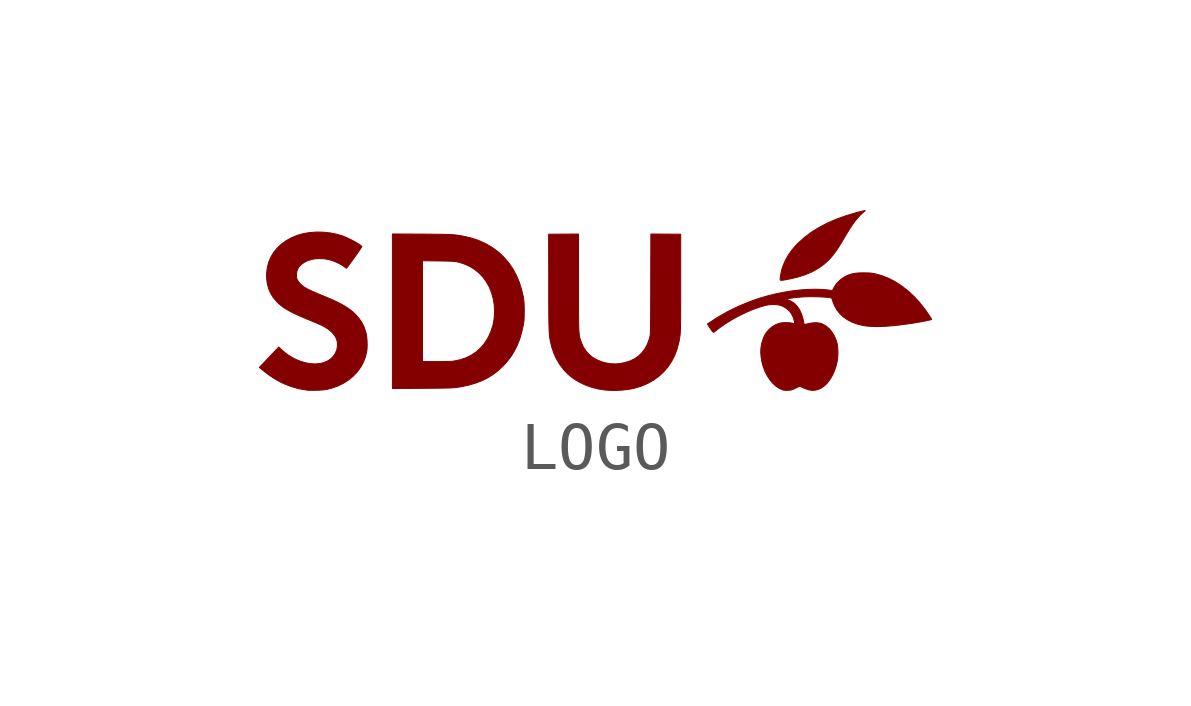
<source format=kicad_sym>
(kicad_symbol_lib
  (version 20220914)
  (generator bitmap2component)
  (symbol "LOGO"
    (pin_names
      (offset 1.016))
    (property "Reference" "#G"
      (at 0 1.719 0)
      (effects (font (size 1.27 1.27)) hide))
    (symbol "LOGO_0_0"
      (polyline (pts (xy -5.871 -1.876) (xy -5.821 -1.875) (xy -5.813 -1.875) (xy -5.742 -1.873) (xy -5.683 -1.869) (xy -5.635 -1.863) (xy -5.592 -1.856) (xy -5.492 -1.83) (xy -5.365 -1.784) (xy -5.249 -1.727) (xy -5.142 -1.658) (xy -5.047 -1.579) (xy -4.964 -1.491) (xy -4.893 -1.393) (xy -4.836 -1.288) (xy -4.794 -1.175) (xy -4.766 -1.056) (xy -4.764 -1.038) (xy -4.76 -0.982) (xy -4.759 -0.917) (xy -4.761 -0.848) (xy -4.766 -0.782) (xy -4.774 -0.722) (xy -4.784 -0.673) (xy -4.785 -0.67) (xy -4.823 -0.558) (xy -4.874 -0.457) (xy -4.939 -0.365) (xy -5.019 -0.278) (xy -5.062 -0.239) (xy -5.114 -0.197) (xy -5.171 -0.157) (xy -5.234 -0.117) (xy -5.305 -0.077) (xy -5.386 -0.036) (xy -5.478 0.007) (xy -5.583 0.052) (xy -5.702 0.102) (xy -5.749 0.121) (xy -5.81 0.147) (xy -5.869 0.172) (xy -5.922 0.196) (xy -5.966 0.216) (xy -5.997 0.231) (xy -6.007 0.236) (xy -6.076 0.278) (xy -6.134 0.324) (xy -6.18 0.372) (xy -6.211 0.419) (xy -6.217 0.432) (xy -6.226 0.454) (xy -6.23 0.476) (xy -6.231 0.502) (xy -6.23 0.54) (xy -6.229 0.559) (xy -6.224 0.598) (xy -6.216 0.628) (xy -6.204 0.656) (xy -6.184 0.69) (xy -6.138 0.74) (xy -6.079 0.784) (xy -6.008 0.821) (xy -5.928 0.848) (xy -5.912 0.852) (xy -5.844 0.863) (xy -5.768 0.867) (xy -5.689 0.866) (xy -5.612 0.858) (xy -5.543 0.844) (xy -5.524 0.839) (xy -5.463 0.818) (xy -5.4 0.792) (xy -5.339 0.763) (xy -5.285 0.733) (xy -5.243 0.704) (xy -5.221 0.687) (xy -5.202 0.673) (xy -5.191 0.667) (xy -5.189 0.669) (xy -5.178 0.682) (xy -5.16 0.706) (xy -5.135 0.739) (xy -5.106 0.778) (xy -5.074 0.823) (xy -5.04 0.87) (xy -5.005 0.918) (xy -4.972 0.965) (xy -4.941 1.009) (xy -4.914 1.048) (xy -4.893 1.08) (xy -4.878 1.103) (xy -4.871 1.115) (xy -4.872 1.121) (xy -4.885 1.135) (xy -4.911 1.155) (xy -4.946 1.178) (xy -4.989 1.203) (xy -5.037 1.23) (xy -5.089 1.258) (xy -5.142 1.284) (xy -5.194 1.308) (xy -5.243 1.329) (xy -5.287 1.345) (xy -5.399 1.377) (xy -5.538 1.404) (xy -5.679 1.419) (xy -5.82 1.421) (xy -5.958 1.411) (xy -6.089 1.389) (xy -6.212 1.354) (xy -6.335 1.303) (xy -6.447 1.241) (xy -6.547 1.169) (xy -6.633 1.087) (xy -6.707 0.997) (xy -6.766 0.899) (xy -6.811 0.792) (xy -6.84 0.679) (xy -6.855 0.559) (xy -6.855 0.465) (xy -6.841 0.35) (xy -6.812 0.242) (xy -6.768 0.141) (xy -6.708 0.047) (xy -6.634 -0.038) (xy -6.599 -0.072) (xy -6.552 -0.112) (xy -6.501 -0.15) (xy -6.444 -0.187) (xy -6.379 -0.224) (xy -6.304 -0.263) (xy -6.219 -0.303) (xy -6.121 -0.346) (xy -6.008 -0.394) (xy -5.99 -0.401) (xy -5.911 -0.434) (xy -5.845 -0.461) (xy -5.791 -0.484) (xy -5.746 -0.504) (xy -5.709 -0.521) (xy -5.678 -0.537) (xy -5.651 -0.552) (xy -5.625 -0.567) (xy -5.599 -0.583) (xy -5.562 -0.609) (xy -5.492 -0.668) (xy -5.439 -0.731) (xy -5.402 -0.797) (xy -5.381 -0.868) (xy -5.377 -0.942) (xy -5.389 -1.02) (xy -5.392 -1.031) (xy -5.423 -1.106) (xy -5.466 -1.171) (xy -5.523 -1.226) (xy -5.592 -1.27) (xy -5.673 -1.302) (xy -5.743 -1.318) (xy -5.839 -1.327) (xy -5.939 -1.321) (xy -6.043 -1.303) (xy -6.147 -1.272) (xy -6.251 -1.23) (xy -6.351 -1.176) (xy -6.446 -1.112) (xy -6.534 -1.038) (xy -6.6 -0.975) (xy -6.803 -1.187) (xy -7.005 -1.399) (xy -6.98 -1.42) (xy -6.898 -1.487) (xy -6.809 -1.554) (xy -6.725 -1.612) (xy -6.643 -1.662) (xy -6.562 -1.706) (xy -6.474 -1.747) (xy -6.341 -1.798) (xy -6.208 -1.837) (xy -6.079 -1.862) (xy -6.076 -1.862) (xy -6.043 -1.867) (xy -6.013 -1.872) (xy -5.994 -1.875) (xy -5.982 -1.876) (xy -5.955 -1.876) (xy -5.917 -1.876) (xy -5.871 -1.876)) (stroke (width 0.01) (type default)) (fill (type outline)))
      (polyline (pts (xy 0.539 -1.873) (xy 0.651 -1.862) (xy 0.754 -1.845) (xy 0.808 -1.833) (xy 0.952 -1.79) (xy 1.085 -1.734) (xy 1.209 -1.664) (xy 1.321 -1.583) (xy 1.422 -1.489) (xy 1.511 -1.384) (xy 1.588 -1.268) (xy 1.652 -1.142) (xy 1.702 -1.005) (xy 1.739 -0.859) (xy 1.74 -0.856) (xy 1.745 -0.829) (xy 1.749 -0.805) (xy 1.753 -0.781) (xy 1.757 -0.756) (xy 1.76 -0.73) (xy 1.763 -0.702) (xy 1.765 -0.669) (xy 1.767 -0.633) (xy 1.769 -0.59) (xy 1.77 -0.541) (xy 1.771 -0.485) (xy 1.772 -0.419) (xy 1.773 -0.344) (xy 1.773 -0.258) (xy 1.773 -0.161) (xy 1.774 -0.05) (xy 1.774 0.074) (xy 1.774 0.213) (xy 1.774 0.368) (xy 1.774 1.376) (xy 1.463 1.378) (xy 1.152 1.38) (xy 1.149 0.341) (xy 1.149 0.23) (xy 1.149 0.086) (xy 1.148 -0.042) (xy 1.148 -0.156) (xy 1.147 -0.257) (xy 1.147 -0.345) (xy 1.146 -0.421) (xy 1.145 -0.487) (xy 1.145 -0.542) (xy 1.144 -0.59) (xy 1.143 -0.629) (xy 1.142 -0.661) (xy 1.141 -0.688) (xy 1.139 -0.709) (xy 1.137 -0.726) (xy 1.136 -0.74) (xy 1.134 -0.752) (xy 1.131 -0.762) (xy 1.121 -0.802) (xy 1.082 -0.91) (xy 1.032 -1.006) (xy 0.97 -1.089) (xy 0.897 -1.161) (xy 0.811 -1.22) (xy 0.715 -1.266) (xy 0.607 -1.3) (xy 0.487 -1.322) (xy 0.414 -1.327) (xy 0.302 -1.321) (xy 0.186 -1.299) (xy 0.129 -1.282) (xy 0.027 -1.241) (xy -0.064 -1.188) (xy -0.142 -1.122) (xy -0.209 -1.045) (xy -0.263 -0.957) (xy -0.304 -0.858) (xy -0.31 -0.84) (xy -0.317 -0.819) (xy -0.323 -0.799) (xy -0.329 -0.779) (xy -0.333 -0.757) (xy -0.338 -0.733) (xy -0.341 -0.706) (xy -0.344 -0.674) (xy -0.347 -0.638) (xy -0.349 -0.596) (xy -0.351 -0.546) (xy -0.352 -0.488) (xy -0.353 -0.421) (xy -0.354 -0.344) (xy -0.355 -0.256) (xy -0.355 -0.157) (xy -0.355 -0.043) (xy -0.355 0.083) (xy -0.355 0.225) (xy -0.355 0.383) (xy -0.356 1.38) (xy -0.667 1.378) (xy -0.978 1.376) (xy -0.976 0.377) (xy -0.976 0.37) (xy -0.976 0.212) (xy -0.976 0.071) (xy -0.976 -0.055) (xy -0.975 -0.168) (xy -0.975 -0.268) (xy -0.974 -0.356) (xy -0.973 -0.433) (xy -0.972 -0.501) (xy -0.97 -0.559) (xy -0.969 -0.61) (xy -0.967 -0.655) (xy -0.964 -0.693) (xy -0.961 -0.727) (xy -0.958 -0.757) (xy -0.954 -0.785) (xy -0.95 -0.81) (xy -0.946 -0.836) (xy -0.94 -0.861) (xy -0.934 -0.888) (xy -0.913 -0.975) (xy -0.869 -1.106) (xy -0.814 -1.226) (xy -0.745 -1.34) (xy -0.663 -1.448) (xy -0.658 -1.454) (xy -0.568 -1.546) (xy -0.465 -1.628) (xy -0.351 -1.7) (xy -0.227 -1.761) (xy -0.093 -1.81) (xy 0.048 -1.847) (xy 0.195 -1.87) (xy 0.205 -1.871) (xy 0.31 -1.878) (xy 0.423 -1.879) (xy 0.539 -1.873)) (stroke (width 0.01) (type default)) (fill (type outline)))
      (polyline (pts (xy 4.583 -1.873) (xy 4.65 -1.854) (xy 4.694 -1.835) (xy 4.76 -1.79) (xy 4.822 -1.732) (xy 4.878 -1.66) (xy 4.929 -1.577) (xy 4.972 -1.484) (xy 5.008 -1.382) (xy 5.034 -1.273) (xy 5.041 -1.234) (xy 5.048 -1.162) (xy 5.05 -1.087) (xy 5.048 -1.013) (xy 5.041 -0.945) (xy 5.03 -0.889) (xy 5.016 -0.842) (xy 4.978 -0.749) (xy 4.929 -0.666) (xy 4.871 -0.595) (xy 4.804 -0.538) (xy 4.73 -0.495) (xy 4.684 -0.479) (xy 4.617 -0.469) (xy 4.539 -0.47) (xy 4.455 -0.481) (xy 4.364 -0.504) (xy 4.361 -0.505) (xy 4.353 -0.504) (xy 4.347 -0.497) (xy 4.341 -0.479) (xy 4.335 -0.447) (xy 4.319 -0.374) (xy 4.288 -0.279) (xy 4.248 -0.195) (xy 4.199 -0.124) (xy 4.142 -0.065) (xy 4.077 -0.021) (xy 4.006 0.009) (xy 3.996 0.013) (xy 3.98 0.02) (xy 3.981 0.026) (xy 3.982 0.027) (xy 3.999 0.032) (xy 4.03 0.037) (xy 4.073 0.044) (xy 4.123 0.051) (xy 4.179 0.057) (xy 4.238 0.063) (xy 4.297 0.068) (xy 4.332 0.071) (xy 4.393 0.073) (xy 4.459 0.074) (xy 4.528 0.074) (xy 4.597 0.073) (xy 4.666 0.071) (xy 4.73 0.068) (xy 4.789 0.064) (xy 4.84 0.059) (xy 4.88 0.054) (xy 4.908 0.048) (xy 4.922 0.042) (xy 4.923 0.039) (xy 4.929 0.023) (xy 4.938 -0.003) (xy 4.948 -0.036) (xy 4.976 -0.107) (xy 5.025 -0.197) (xy 5.089 -0.278) (xy 5.165 -0.349) (xy 5.254 -0.41) (xy 5.355 -0.461) (xy 5.466 -0.501) (xy 5.588 -0.529) (xy 5.666 -0.539) (xy 5.778 -0.547) (xy 5.904 -0.548) (xy 6.045 -0.542) (xy 6.2 -0.53) (xy 6.371 -0.511) (xy 6.402 -0.507) (xy 6.475 -0.497) (xy 6.55 -0.486) (xy 6.625 -0.475) (xy 6.698 -0.463) (xy 6.767 -0.451) (xy 6.831 -0.439) (xy 6.888 -0.428) (xy 6.935 -0.418) (xy 6.971 -0.41) (xy 6.994 -0.403) (xy 7.002 -0.398) (xy 7.001 -0.396) (xy 6.993 -0.381) (xy 6.977 -0.356) (xy 6.957 -0.324) (xy 6.932 -0.287) (xy 6.865 -0.19) (xy 6.753 -0.048) (xy 6.634 0.081) (xy 6.509 0.197) (xy 6.379 0.298) (xy 6.245 0.385) (xy 6.107 0.457) (xy 5.966 0.512) (xy 5.822 0.552) (xy 5.809 0.555) (xy 5.773 0.561) (xy 5.736 0.566) (xy 5.695 0.569) (xy 5.646 0.57) (xy 5.584 0.571) (xy 5.582 0.571) (xy 5.5 0.57) (xy 5.432 0.565) (xy 5.372 0.556) (xy 5.317 0.542) (xy 5.263 0.523) (xy 5.207 0.497) (xy 5.187 0.487) (xy 5.122 0.443) (xy 5.06 0.389) (xy 5.007 0.328) (xy 4.967 0.264) (xy 4.934 0.202) (xy 4.904 0.207) (xy 4.872 0.211) (xy 4.733 0.225) (xy 4.583 0.23) (xy 4.424 0.226) (xy 4.258 0.214) (xy 4.087 0.194) (xy 3.914 0.166) (xy 3.74 0.13) (xy 3.569 0.087) (xy 3.402 0.038) (xy 3.218 -0.027) (xy 2.984 -0.123) (xy 2.76 -0.232) (xy 2.543 -0.355) (xy 2.334 -0.492) (xy 2.333 -0.496) (xy 2.34 -0.51) (xy 2.354 -0.533) (xy 2.372 -0.561) (xy 2.393 -0.592) (xy 2.413 -0.621) (xy 2.433 -0.645) (xy 2.447 -0.662) (xy 2.456 -0.669) (xy 2.456 -0.669) (xy 2.466 -0.664) (xy 2.486 -0.65) (xy 2.509 -0.632) (xy 2.582 -0.576) (xy 2.706 -0.489) (xy 2.84 -0.406) (xy 2.98 -0.329) (xy 3.123 -0.259) (xy 3.266 -0.197) (xy 3.406 -0.146) (xy 3.539 -0.108) (xy 3.541 -0.107) (xy 3.606 -0.095) (xy 3.676 -0.09) (xy 3.745 -0.09) (xy 3.808 -0.097) (xy 3.861 -0.109) (xy 3.888 -0.12) (xy 3.963 -0.16) (xy 4.026 -0.212) (xy 4.078 -0.275) (xy 4.116 -0.348) (xy 4.141 -0.43) (xy 4.145 -0.456) (xy 4.147 -0.478) (xy 4.146 -0.488) (xy 4.141 -0.488) (xy 4.123 -0.485) (xy 4.097 -0.479) (xy 4.09 -0.477) (xy 4.05 -0.47) (xy 4 -0.467) (xy 3.946 -0.466) (xy 3.894 -0.469) (xy 3.851 -0.475) (xy 3.832 -0.479) (xy 3.756 -0.507) (xy 3.684 -0.549) (xy 3.619 -0.605) (xy 3.611 -0.613) (xy 3.568 -0.662) (xy 3.534 -0.711) (xy 3.506 -0.767) (xy 3.481 -0.834) (xy 3.458 -0.913) (xy 3.445 -0.996) (xy 3.441 -1.081) (xy 3.448 -1.172) (xy 3.464 -1.274) (xy 3.49 -1.375) (xy 3.527 -1.475) (xy 3.573 -1.567) (xy 3.627 -1.651) (xy 3.688 -1.725) (xy 3.754 -1.787) (xy 3.825 -1.835) (xy 3.899 -1.868) (xy 3.914 -1.872) (xy 3.955 -1.877) (xy 4.008 -1.876) (xy 4.041 -1.874) (xy 4.069 -1.871) (xy 4.095 -1.864) (xy 4.124 -1.852) (xy 4.162 -1.834) (xy 4.186 -1.822) (xy 4.217 -1.808) (xy 4.241 -1.798) (xy 4.254 -1.795) (xy 4.258 -1.796) (xy 4.277 -1.802) (xy 4.305 -1.813) (xy 4.337 -1.828) (xy 4.373 -1.844) (xy 4.447 -1.868) (xy 4.516 -1.878) (xy 4.583 -1.873)) (stroke (width 0.01) (type default)) (fill (type outline)))
      (polyline (pts (xy -3.613 -1.835) (xy -3.605 -1.835) (xy -3.484 -1.834) (xy -3.379 -1.833) (xy -3.288 -1.832) (xy -3.21 -1.831) (xy -3.143 -1.83) (xy -3.087 -1.829) (xy -3.04 -1.828) (xy -3.001 -1.826) (xy -2.968 -1.824) (xy -2.941 -1.822) (xy -2.917 -1.82) (xy -2.896 -1.817) (xy -2.792 -1.8) (xy -2.639 -1.767) (xy -2.498 -1.726) (xy -2.369 -1.676) (xy -2.249 -1.617) (xy -2.138 -1.548) (xy -2.034 -1.468) (xy -1.934 -1.376) (xy -1.852 -1.288) (xy -1.768 -1.18) (xy -1.695 -1.064) (xy -1.632 -0.94) (xy -1.58 -0.806) (xy -1.537 -0.659) (xy -1.502 -0.499) (xy -1.499 -0.483) (xy -1.494 -0.448) (xy -1.49 -0.407) (xy -1.488 -0.36) (xy -1.487 -0.301) (xy -1.486 -0.229) (xy -1.486 -0.213) (xy -1.487 -0.14) (xy -1.489 -0.077) (xy -1.493 -0.023) (xy -1.499 0.028) (xy -1.508 0.081) (xy -1.521 0.138) (xy -1.537 0.205) (xy -1.539 0.213) (xy -1.588 0.372) (xy -1.65 0.52) (xy -1.725 0.658) (xy -1.813 0.785) (xy -1.913 0.9) (xy -2.024 1.004) (xy -2.147 1.096) (xy -2.281 1.175) (xy -2.425 1.241) (xy -2.579 1.294) (xy -2.744 1.333) (xy -2.772 1.338) (xy -2.809 1.345) (xy -2.844 1.351) (xy -2.878 1.356) (xy -2.912 1.36) (xy -2.949 1.364) (xy -2.989 1.367) (xy -3.034 1.369) (xy -3.086 1.371) (xy -3.146 1.373) (xy -3.215 1.374) (xy -3.295 1.375) (xy -3.388 1.376) (xy -3.495 1.377) (xy -3.617 1.378) (xy -4.233 1.381) (xy -4.233 -0.229) (xy -4.233 -1.278) (xy -3.607 -1.278) (xy -3.607 -0.228) (xy -3.607 0.823) (xy -3.279 0.819) (xy -3.212 0.818) (xy -3.132 0.817) (xy -3.066 0.815) (xy -3.01 0.813) (xy -2.964 0.81) (xy -2.924 0.806) (xy -2.889 0.801) (xy -2.857 0.794) (xy -2.824 0.785) (xy -2.79 0.774) (xy -2.752 0.762) (xy -2.739 0.757) (xy -2.627 0.708) (xy -2.524 0.645) (xy -2.431 0.57) (xy -2.348 0.483) (xy -2.277 0.385) (xy -2.216 0.278) (xy -2.169 0.162) (xy -2.134 0.038) (xy -2.112 -0.092) (xy -2.105 -0.229) (xy -2.105 -0.26) (xy -2.115 -0.391) (xy -2.137 -0.515) (xy -2.175 -0.635) (xy -2.227 -0.754) (xy -2.255 -0.806) (xy -2.325 -0.911) (xy -2.406 -1.004) (xy -2.498 -1.083) (xy -2.6 -1.15) (xy -2.713 -1.204) (xy -2.835 -1.243) (xy -2.966 -1.269) (xy -2.978 -1.27) (xy -3.01 -1.273) (xy -3.056 -1.275) (xy -3.112 -1.276) (xy -3.177 -1.277) (xy -3.247 -1.278) (xy -3.32 -1.278) (xy -3.607 -1.278) (xy -4.233 -1.278) (xy -4.233 -1.839) (xy -3.613 -1.835)) (stroke (width 0.01) (type default)) (fill (type outline)))
      (polyline (pts (xy 3.895 0.417) (xy 3.933 0.423) (xy 3.985 0.432) (xy 4.073 0.449) (xy 4.237 0.489) (xy 4.389 0.54) (xy 4.527 0.601) (xy 4.652 0.673) (xy 4.765 0.755) (xy 4.865 0.848) (xy 4.894 0.879) (xy 4.932 0.923) (xy 4.97 0.971) (xy 5.008 1.022) (xy 5.048 1.082) (xy 5.092 1.15) (xy 5.14 1.229) (xy 5.194 1.321) (xy 5.241 1.4) (xy 5.303 1.5) (xy 5.361 1.586) (xy 5.415 1.66) (xy 5.468 1.723) (xy 5.519 1.778) (xy 5.57 1.825) (xy 5.576 1.83) (xy 5.598 1.849) (xy 5.613 1.863) (xy 5.618 1.869) (xy 5.616 1.869) (xy 5.602 1.867) (xy 5.575 1.861) (xy 5.54 1.853) (xy 5.497 1.842) (xy 5.421 1.822) (xy 5.207 1.758) (xy 5.006 1.685) (xy 4.82 1.603) (xy 4.648 1.513) (xy 4.491 1.414) (xy 4.348 1.306) (xy 4.22 1.19) (xy 4.165 1.133) (xy 4.088 1.042) (xy 4.023 0.951) (xy 3.968 0.855) (xy 3.955 0.831) (xy 3.914 0.739) (xy 3.884 0.652) (xy 3.862 0.563) (xy 3.849 0.468) (xy 3.847 0.456) (xy 3.846 0.437) (xy 3.848 0.424) (xy 3.855 0.417) (xy 3.87 0.415) (xy 3.895 0.417)) (stroke (width 0.01) (type default)) (fill (type outline))))))
</source>
